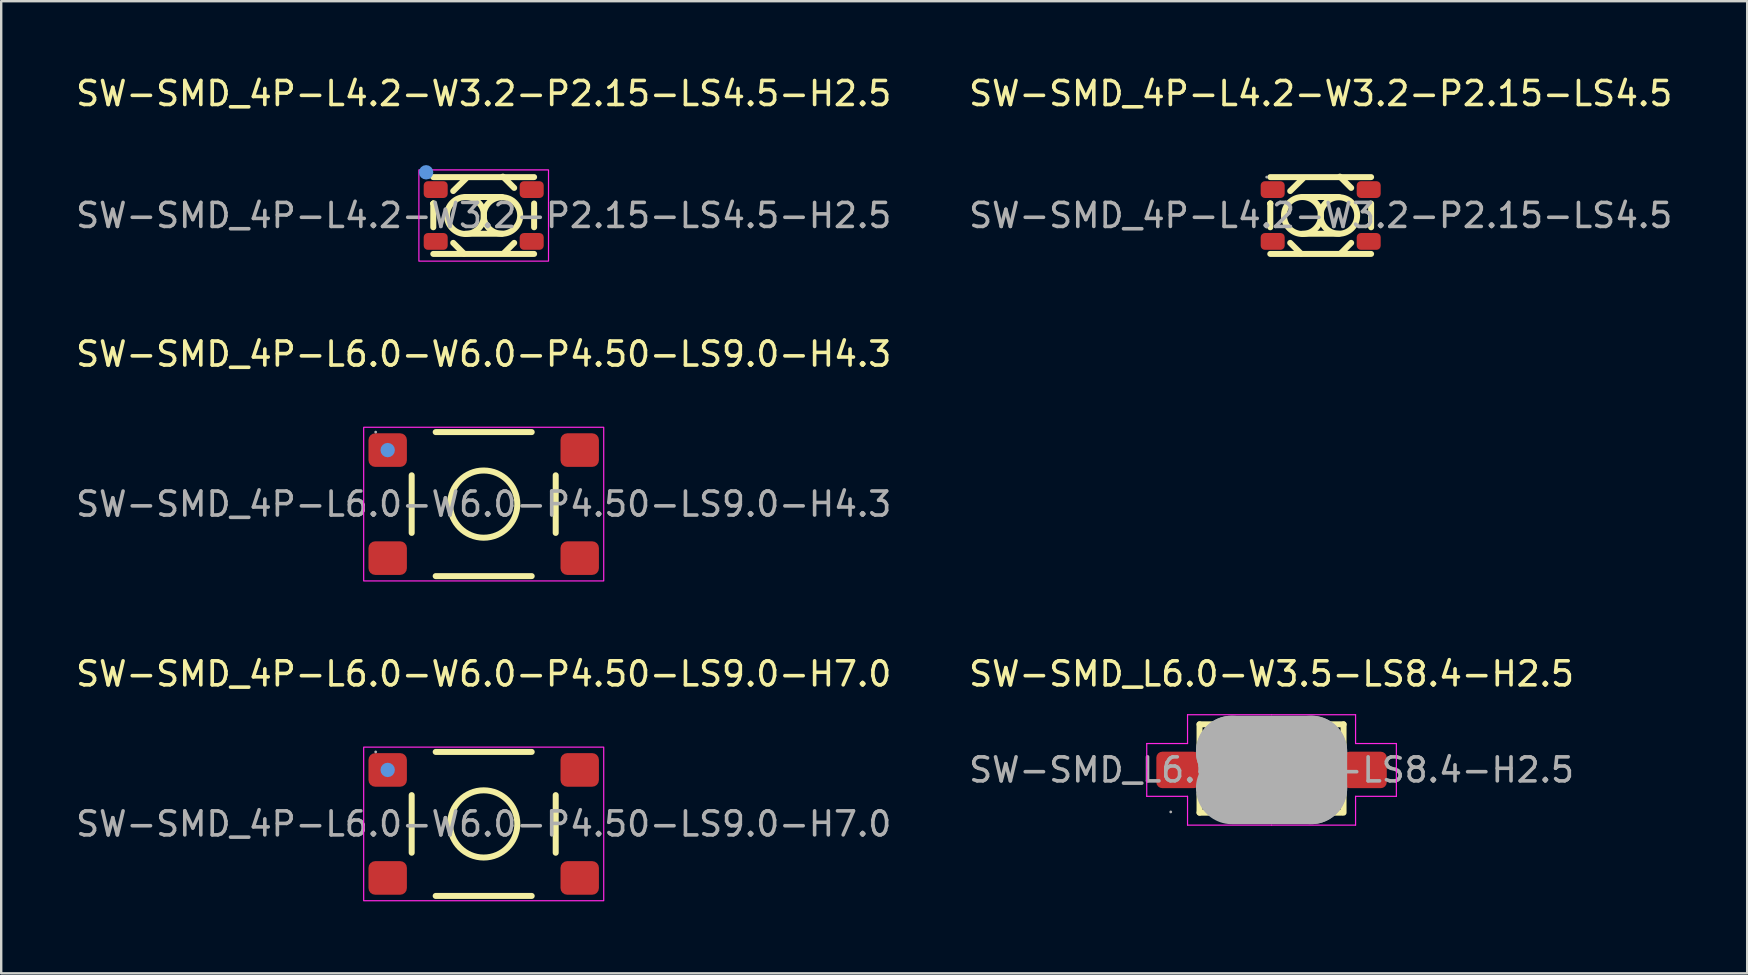
<source format=kicad_pcb>
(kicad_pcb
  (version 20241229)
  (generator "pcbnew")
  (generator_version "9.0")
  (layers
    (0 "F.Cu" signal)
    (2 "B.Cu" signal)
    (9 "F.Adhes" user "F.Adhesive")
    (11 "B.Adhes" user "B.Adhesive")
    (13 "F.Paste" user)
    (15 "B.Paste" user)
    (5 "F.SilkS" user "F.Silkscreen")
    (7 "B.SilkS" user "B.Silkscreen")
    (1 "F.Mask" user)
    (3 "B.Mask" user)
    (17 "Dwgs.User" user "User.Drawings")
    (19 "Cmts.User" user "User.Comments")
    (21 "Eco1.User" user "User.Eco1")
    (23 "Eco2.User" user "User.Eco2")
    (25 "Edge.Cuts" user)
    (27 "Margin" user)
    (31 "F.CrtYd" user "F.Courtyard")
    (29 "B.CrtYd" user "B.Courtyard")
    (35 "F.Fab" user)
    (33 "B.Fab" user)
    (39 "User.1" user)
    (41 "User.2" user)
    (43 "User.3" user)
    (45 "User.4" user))
  (footprint "SW-SMD_4P-L6.0-W6.0-P4.50-LS9.0-H4.3"
    (layer "F.Cu")
    (at 17.101 17.951)
    (property "Reference" "SW-SMD_4P-L6.0-W6.0-P4.50-LS9.0-H4.3" (at 0 -6.25 0) (layer "F.SilkS") (effects (font (size 1 1) (thickness 0.15))))
    (attr smd)
    (fp_line (start -3 1.2) (end -3 -1.2) (stroke (width 0.25) (type solid)) (layer "F.SilkS"))
    (fp_line (start -2 -3) (end 2 -3) (stroke (width 0.25) (type solid)) (layer "F.SilkS"))
    (fp_line (start 2 3) (end -2 3) (stroke (width 0.25) (type solid)) (layer "F.SilkS"))
    (fp_line (start 3 -1.2) (end 3 1.2) (stroke (width 0.25) (type solid)) (layer "F.SilkS"))
    (fp_circle (center 0 0) (end 1.4 0) (stroke (width 0.25) (type solid)) (fill no) (layer "F.SilkS"))
    (fp_circle (center -4 -2.25) (end -3.85 -2.25) (stroke (width 0.3) (type solid)) (fill no) (layer "Cmts.User"))
    (fp_rect (start -5 -3.2) (end 5 3.2) (stroke (width 0.05) (type default)) (fill no) (layer "F.CrtYd"))
    (fp_circle (center -4.5 -3) (end -4.47 -3) (stroke (width 0.06) (type solid)) (fill no) (layer "F.Fab"))
    (fp_text user "${REFERENCE}" (at 0 0 0) (layer "F.Fab") (effects (font (size 1 1) (thickness 0.15))))
    (pad "1" smd roundrect (at -4 -2.25 180) (size 1.6 1.4) (layers "F.Cu" "F.Mask" "F.Paste") (roundrect_rratio 0.2))
    (pad "2" smd roundrect (at 4 -2.25 180) (size 1.6 1.4) (layers "F.Cu" "F.Mask" "F.Paste") (roundrect_rratio 0.2))
    (pad "3" smd roundrect (at -4 2.25 180) (size 1.6 1.4) (layers "F.Cu" "F.Mask" "F.Paste") (roundrect_rratio 0.2))
    (pad "4" smd roundrect (at 4 2.25 180) (size 1.6 1.4) (layers "F.Cu" "F.Mask" "F.Paste") (roundrect_rratio 0.2)))
  (footprint "SW-SMD_L6.0-W3.5-LS8.4-H2.5"
    (layer "F.Cu")
    (at 49.923 29.025)
    (property "Reference" "SW-SMD_L6.0-W3.5-LS8.4-H2.5" (at 0 -4 0) (layer "F.SilkS") (effects (font (size 1 1) (thickness 0.15))))
    (attr smd)
    (fp_line (start -3 -1.9) (end -3 -0.99) (stroke (width 0.25) (type solid)) (layer "F.SilkS"))
    (fp_line (start -3 -1.9) (end 3 -1.9) (stroke (width 0.25) (type solid)) (layer "F.SilkS"))
    (fp_line (start -3 1) (end -3 1.78) (stroke (width 0.25) (type solid)) (layer "F.SilkS"))
    (fp_line (start -3 1.78) (end 2.92 1.78) (stroke (width 0.25) (type solid)) (layer "F.SilkS"))
    (fp_line (start 3 -1.9) (end 3 -0.99) (stroke (width 0.25) (type solid)) (layer "F.SilkS"))
    (fp_line (start 3 1) (end 3 1.78) (stroke (width 0.25) (type solid)) (layer "F.SilkS"))
    (fp_line (start -5.2 -1.1) (end -5.2 0) (stroke (width 0.05) (type default)) (layer "F.CrtYd"))
    (fp_line (start -5.2 -1.1) (end -3.5 -1.1) (stroke (width 0.05) (type default)) (layer "F.CrtYd"))
    (fp_line (start -5.2 1.1) (end -5.2 0) (stroke (width 0.05) (type default)) (layer "F.CrtYd"))
    (fp_line (start -5.2 1.1) (end -3.5 1.1) (stroke (width 0.05) (type default)) (layer "F.CrtYd"))
    (fp_line (start -3.5 -2.3) (end 0 -2.3) (stroke (width 0.05) (type default)) (layer "F.CrtYd"))
    (fp_line (start -3.5 -1.1) (end -3.5 -2.3) (stroke (width 0.05) (type default)) (layer "F.CrtYd"))
    (fp_line (start -3.5 1.1) (end -3.5 2.3) (stroke (width 0.05) (type default)) (layer "F.CrtYd"))
    (fp_line (start -3.5 2.3) (end 0 2.3) (stroke (width 0.05) (type default)) (layer "F.CrtYd"))
    (fp_line (start 3.5 -2.3) (end 0 -2.3) (stroke (width 0.05) (type default)) (layer "F.CrtYd"))
    (fp_line (start 3.5 -1.1) (end 3.5 -2.3) (stroke (width 0.05) (type default)) (layer "F.CrtYd"))
    (fp_line (start 3.5 1.1) (end 3.5 2.3) (stroke (width 0.05) (type default)) (layer "F.CrtYd"))
    (fp_line (start 3.5 2.3) (end 0 2.3) (stroke (width 0.05) (type default)) (layer "F.CrtYd"))
    (fp_line (start 5.2 -1.1) (end 3.5 -1.1) (stroke (width 0.05) (type default)) (layer "F.CrtYd"))
    (fp_line (start 5.2 -1.1) (end 5.2 0) (stroke (width 0.05) (type default)) (layer "F.CrtYd"))
    (fp_line (start 5.2 1.1) (end 3.5 1.1) (stroke (width 0.05) (type default)) (layer "F.CrtYd"))
    (fp_line (start 5.2 1.1) (end 5.2 0) (stroke (width 0.05) (type default)) (layer "F.CrtYd"))
    (fp_line (start -1.65 -0.76) (end -1.65 -0.76) (stroke (width 3) (type solid)) (layer "F.Fab"))
    (fp_line (start -1.65 -0.76) (end 1.65 -0.76) (stroke (width 3) (type solid)) (layer "F.Fab"))
    (fp_line (start 1.65 -0.76) (end 1.65 0.76) (stroke (width 3) (type solid)) (layer "F.Fab"))
    (fp_line (start 1.65 0.76) (end -1.65 0.76) (stroke (width 3) (type solid)) (layer "F.Fab"))
    (fp_circle (center -4.2 1.75) (end -4.17 1.75) (stroke (width 0.06) (type solid)) (fill no) (layer "F.Fab"))
    (fp_text user "${REFERENCE}" (at 0 0 0) (layer "F.Fab") (effects (font (size 1 1) (thickness 0.15))))
    (pad "1" smd roundrect (at -3.9 0) (size 1.8 1.52) (layers "F.Cu" "F.Mask" "F.Paste") (roundrect_rratio 0.164))
    (pad "2" smd roundrect (at 3.9 0) (size 1.8 1.52) (layers "F.Cu" "F.Mask" "F.Paste") (roundrect_rratio 0.164)))
  (footprint "SW-SMD_4P-L6.0-W6.0-P4.50-LS9.0-H7.0"
    (layer "F.Cu")
    (at 17.101 31.275)
    (property "Reference" "SW-SMD_4P-L6.0-W6.0-P4.50-LS9.0-H7.0" (at 0 -6.25 0) (layer "F.SilkS") (effects (font (size 1 1) (thickness 0.15))))
    (attr smd)
    (fp_line (start -3 1.2) (end -3 -1.2) (stroke (width 0.25) (type solid)) (layer "F.SilkS"))
    (fp_line (start -2 -3) (end 2 -3) (stroke (width 0.25) (type solid)) (layer "F.SilkS"))
    (fp_line (start 2 3) (end -2 3) (stroke (width 0.25) (type solid)) (layer "F.SilkS"))
    (fp_line (start 3 -1.2) (end 3 1.2) (stroke (width 0.25) (type solid)) (layer "F.SilkS"))
    (fp_circle (center 0 0) (end 1.4 0) (stroke (width 0.25) (type solid)) (fill no) (layer "F.SilkS"))
    (fp_circle (center -4 -2.25) (end -3.85 -2.25) (stroke (width 0.3) (type solid)) (fill no) (layer "Cmts.User"))
    (fp_rect (start -5 -3.2) (end 5 3.2) (stroke (width 0.05) (type default)) (fill no) (layer "F.CrtYd"))
    (fp_circle (center -4.5 -3) (end -4.47 -3) (stroke (width 0.06) (type solid)) (fill no) (layer "F.Fab"))
    (fp_text user "${REFERENCE}" (at 0 0 0) (layer "F.Fab") (effects (font (size 1 1) (thickness 0.15))))
    (pad "1" smd roundrect (at -4 -2.25 180) (size 1.6 1.4) (layers "F.Cu" "F.Mask" "F.Paste") (roundrect_rratio 0.2))
    (pad "2" smd roundrect (at 4 -2.25 180) (size 1.6 1.4) (layers "F.Cu" "F.Mask" "F.Paste") (roundrect_rratio 0.2))
    (pad "3" smd roundrect (at -4 2.25 180) (size 1.6 1.4) (layers "F.Cu" "F.Mask" "F.Paste") (roundrect_rratio 0.2))
    (pad "4" smd roundrect (at 4 2.25 180) (size 1.6 1.4) (layers "F.Cu" "F.Mask" "F.Paste") (roundrect_rratio 0.2)))
  (footprint "SW-SMD_4P-L4.2-W3.2-P2.15-LS4.5"
    (layer "F.Cu")
    (at 51.97 5.928)
    (property "Reference" "SW-SMD_4P-L4.2-W3.2-P2.15-LS4.5" (at 0 -5.08 0) (layer "F.SilkS") (effects (font (size 1 1) (thickness 0.15))))
    (attr smd)
    (fp_line (start -2.1 -1.6) (end 2.1 -1.6) (stroke (width 0.25) (type solid)) (layer "F.SilkS"))
    (fp_line (start -2.1 -0.5) (end -2.1 -0.5) (stroke (width 0.25) (type solid)) (layer "F.SilkS"))
    (fp_line (start -2.1 -0.5) (end -2.1 -0.5) (stroke (width 0.25) (type solid)) (layer "F.SilkS"))
    (fp_line (start -2.1 -0.5) (end -2.1 0.49) (stroke (width 0.25) (type solid)) (layer "F.SilkS"))
    (fp_line (start -2.1 1.6) (end 2.1 1.6) (stroke (width 0.25) (type solid)) (layer "F.SilkS"))
    (fp_line (start -1.27 -1.02) (end -0.74 -1.54) (stroke (width 0.25) (type solid)) (layer "F.SilkS"))
    (fp_line (start -1.27 1.14) (end -0.82 1.59) (stroke (width 0.25) (type solid)) (layer "F.SilkS"))
    (fp_line (start -0.76 -0.77) (end 0.76 -0.77) (stroke (width 0.25) (type solid)) (layer "F.SilkS"))
    (fp_line (start -0.76 0.76) (end 0.76 0.76) (stroke (width 0.25) (type solid)) (layer "F.SilkS"))
    (fp_line (start 1.27 -1.15) (end 0.8 -1.62) (stroke (width 0.25) (type solid)) (layer "F.SilkS"))
    (fp_line (start 1.27 1.14) (end 0.85 1.56) (stroke (width 0.25) (type solid)) (layer "F.SilkS"))
    (fp_line (start 2.1 0.49) (end 2.1 -0.5) (stroke (width 0.25) (type solid)) (layer "F.SilkS"))
    (fp_arc (start -0.746562 -0.769883) (mid -0.766719 0.769971) (end -0.76 -0.77) (stroke (width 0.25) (type solid)) (layer "F.SilkS"))
    (fp_arc (start 0.746736 0.759884) (mid 0.766632 -0.759971) (end 0.76 0.76) (stroke (width 0.25) (type solid)) (layer "F.SilkS"))
    (fp_circle (center -2.25 -1.6) (end -2.22 -1.6) (stroke (width 0.06) (type solid)) (fill no) (layer "F.Fab"))
    (fp_text user "${REFERENCE}" (at 0 0 0) (layer "F.Fab") (effects (font (size 1 1) (thickness 0.15))))
    (pad "1" smd roundrect (at -2 -1.08 90) (size 0.7 1) (layers "F.Cu" "F.Mask" "F.Paste") (roundrect_rratio 0.25))
    (pad "2" smd roundrect (at 2 -1.08 90) (size 0.7 1) (layers "F.Cu" "F.Mask" "F.Paste") (roundrect_rratio 0.25))
    (pad "3" smd roundrect (at -2 1.08 90) (size 0.7 1) (layers "F.Cu" "F.Mask" "F.Paste") (roundrect_rratio 0.25))
    (pad "4" smd roundrect (at 2 1.08 90) (size 0.7 1) (layers "F.Cu" "F.Mask" "F.Paste") (roundrect_rratio 0.25)))
  (footprint "SW-SMD_4P-L4.2-W3.2-P2.15-LS4.5-H2.5"
    (layer "F.Cu")
    (at 17.101 5.928)
    (property "Reference" "SW-SMD_4P-L4.2-W3.2-P2.15-LS4.5-H2.5" (at 0 -5.08 0) (layer "F.SilkS") (effects (font (size 1 1) (thickness 0.15))))
    (attr smd)
    (fp_line (start -2.1 -1.6) (end 2.1 -1.6) (stroke (width 0.25) (type solid)) (layer "F.SilkS"))
    (fp_line (start -2.1 -0.5) (end -2.1 -0.5) (stroke (width 0.25) (type solid)) (layer "F.SilkS"))
    (fp_line (start -2.1 -0.5) (end -2.1 -0.5) (stroke (width 0.25) (type solid)) (layer "F.SilkS"))
    (fp_line (start -2.1 -0.5) (end -2.1 0.49) (stroke (width 0.25) (type solid)) (layer "F.SilkS"))
    (fp_line (start -2.1 1.6) (end 2.1 1.6) (stroke (width 0.25) (type solid)) (layer "F.SilkS"))
    (fp_line (start -1.27 -1.02) (end -0.74 -1.54) (stroke (width 0.25) (type solid)) (layer "F.SilkS"))
    (fp_line (start -1.27 1.14) (end -0.82 1.59) (stroke (width 0.25) (type solid)) (layer "F.SilkS"))
    (fp_line (start -0.76 -0.77) (end 0.76 -0.77) (stroke (width 0.25) (type solid)) (layer "F.SilkS"))
    (fp_line (start -0.76 0.76) (end 0.76 0.76) (stroke (width 0.25) (type solid)) (layer "F.SilkS"))
    (fp_line (start 1.27 -1.15) (end 0.8 -1.62) (stroke (width 0.25) (type solid)) (layer "F.SilkS"))
    (fp_line (start 1.27 1.14) (end 0.85 1.56) (stroke (width 0.25) (type solid)) (layer "F.SilkS"))
    (fp_line (start 2.1 0.49) (end 2.1 -0.5) (stroke (width 0.25) (type solid)) (layer "F.SilkS"))
    (fp_arc (start -0.746562 -0.769883) (mid -0.766719 0.769971) (end -0.76 -0.77) (stroke (width 0.25) (type solid)) (layer "F.SilkS"))
    (fp_arc (start 0.746736 0.759884) (mid 0.766632 -0.759971) (end 0.76 0.76) (stroke (width 0.25) (type solid)) (layer "F.SilkS"))
    (fp_circle (center -2.4 -1.8) (end -2.25 -1.8) (stroke (width 0.3) (type solid)) (fill no) (layer "Cmts.User"))
    (fp_rect (start -2.7 -1.9) (end 2.7 1.9) (stroke (width 0.05) (type default)) (fill no) (layer "F.CrtYd"))
    (fp_circle (center -2.25 -1.6) (end -2.22 -1.6) (stroke (width 0.06) (type solid)) (fill no) (layer "F.Fab"))
    (fp_text user "${REFERENCE}" (at 0 0 0) (layer "F.Fab") (effects (font (size 1 1) (thickness 0.15))))
    (pad "1" smd roundrect (at -2 -1.08 90) (size 0.7 1) (layers "F.Cu" "F.Mask" "F.Paste") (roundrect_rratio 0.25))
    (pad "2" smd roundrect (at 2 -1.08 90) (size 0.7 1) (layers "F.Cu" "F.Mask" "F.Paste") (roundrect_rratio 0.25))
    (pad "3" smd roundrect (at -2 1.08 90) (size 0.7 1) (layers "F.Cu" "F.Mask" "F.Paste") (roundrect_rratio 0.25))
    (pad "4" smd roundrect (at 2 1.08 90) (size 0.7 1) (layers "F.Cu" "F.Mask" "F.Paste") (roundrect_rratio 0.25)))
  (gr_rect
    (start -3 -3)
    (end 69.738 37.5)
    (stroke (width 0.1) (type default))
    (fill no)
    (layer "Edge.Cuts")))
</source>
